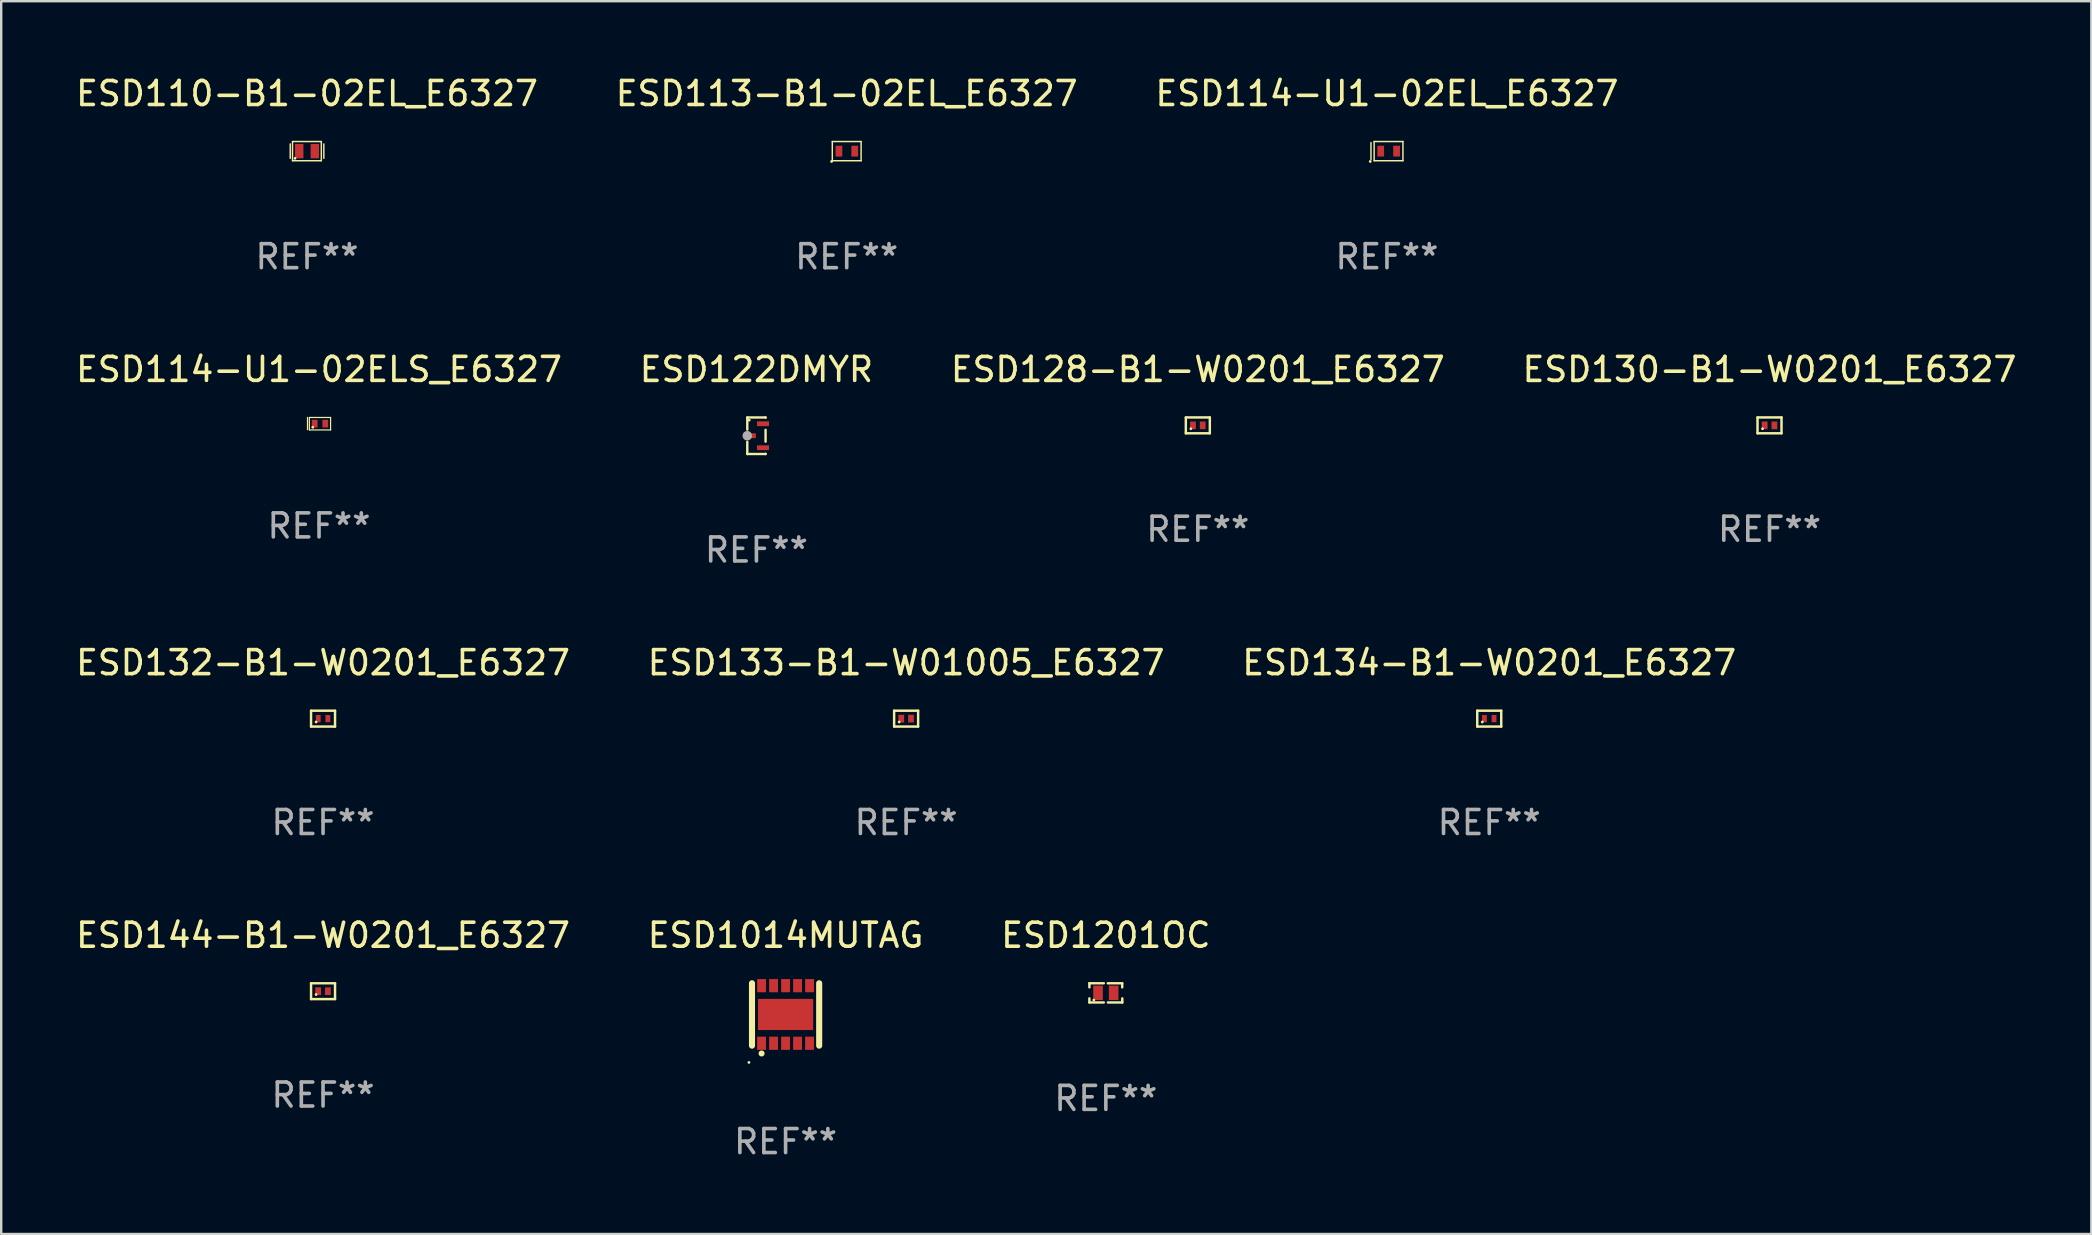
<source format=kicad_pcb>
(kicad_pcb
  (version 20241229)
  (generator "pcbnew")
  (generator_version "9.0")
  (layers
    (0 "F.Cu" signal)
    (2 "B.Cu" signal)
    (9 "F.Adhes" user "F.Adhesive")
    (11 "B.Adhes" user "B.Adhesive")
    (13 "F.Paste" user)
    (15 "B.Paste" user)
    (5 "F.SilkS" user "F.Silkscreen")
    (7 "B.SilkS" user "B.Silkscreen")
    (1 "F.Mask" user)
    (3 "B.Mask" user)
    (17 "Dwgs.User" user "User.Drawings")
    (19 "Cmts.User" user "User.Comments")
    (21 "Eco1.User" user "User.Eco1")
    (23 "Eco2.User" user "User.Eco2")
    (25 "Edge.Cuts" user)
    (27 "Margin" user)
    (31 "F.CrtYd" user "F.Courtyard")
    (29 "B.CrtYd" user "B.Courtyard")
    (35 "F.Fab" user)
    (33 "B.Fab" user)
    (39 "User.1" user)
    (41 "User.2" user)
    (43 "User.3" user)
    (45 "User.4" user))
  (footprint "ESD110-B1-02EL_E6327"
    (layer "F.Cu")
    (at 9.744 3.248)
    (property "Reference" "ESD110-B1-02EL_E6327" (at 0 -2.4 0) (layer "F.SilkS") (effects (font (size 1 1) (thickness 0.15))))
    (attr through_hole)
    (fp_line (start -0.7 -0.3) (end -0.7 0.3) (stroke (width 0.06) (type solid)) (layer "F.SilkS"))
    (fp_line (start -0.605 -0.4) (end 0.595 -0.4) (stroke (width 0.06) (type solid)) (layer "F.SilkS"))
    (fp_line (start -0.605 0.4) (end -0.605 -0.4) (stroke (width 0.06) (type solid)) (layer "F.SilkS"))
    (fp_line (start 0.595 -0.4) (end 0.595 0.4) (stroke (width 0.06) (type solid)) (layer "F.SilkS"))
    (fp_line (start 0.595 0.4) (end -0.605 0.4) (stroke (width 0.06) (type solid)) (layer "F.SilkS"))
    (fp_line (start 0.7 -0.3) (end 0.7 0.3) (stroke (width 0.06) (type solid)) (layer "F.SilkS"))
    (fp_circle (center -0.5 0.3) (end -0.47 0.3) (stroke (width 0.06) (type solid)) (fill no) (layer "F.SilkS"))
    (fp_text user "REF**" (at 0 4.4 0) (layer "F.Fab") (effects (font (size 1 1) (thickness 0.15))))
    (pad "1" smd rect (at -0.325 0) (size 0.35 0.6) (layers "F.Cu" "F.Mask" "F.Paste"))
    (pad "2" smd rect (at 0.325 0) (size 0.35 0.6) (layers "F.Cu" "F.Mask" "F.Paste")))
  (footprint "ESD130-B1-W0201_E6327"
    (layer "F.Cu")
    (at 70.685 14.675)
    (property "Reference" "ESD130-B1-W0201_E6327" (at 0 -2.33 0) (layer "F.SilkS") (effects (font (size 1 1) (thickness 0.15))))
    (attr through_hole)
    (fp_line (start -0.5 -0.33) (end -0.5 0.33) (stroke (width 0.102) (type solid)) (layer "F.SilkS"))
    (fp_line (start -0.5 -0.33) (end 0.5 -0.33) (stroke (width 0.102) (type solid)) (layer "F.SilkS"))
    (fp_line (start -0.5 0.33) (end 0.5 0.33) (stroke (width 0.102) (type solid)) (layer "F.SilkS"))
    (fp_line (start 0.5 -0.33) (end 0.5 0.33) (stroke (width 0.102) (type solid)) (layer "F.SilkS"))
    (fp_circle (center -0.29 0.14) (end -0.26 0.14) (stroke (width 0.06) (type solid)) (fill no) (layer "F.SilkS"))
    (fp_text user "REF**" (at 0 4.33 0) (layer "F.Fab") (effects (font (size 1 1) (thickness 0.15))))
    (pad "1" smd rect (at -0.203 -0.000089) (size 0.24 0.32) (layers "F.Cu" "F.Mask" "F.Paste"))
    (pad "2" smd rect (at 0.203 -0.000089) (size 0.24 0.32) (layers "F.Cu" "F.Mask" "F.Paste")))
  (footprint "ESD132-B1-W0201_E6327"
    (layer "F.Cu")
    (at 10.411 26.895)
    (property "Reference" "ESD132-B1-W0201_E6327" (at 0 -2.33 0) (layer "F.SilkS") (effects (font (size 1 1) (thickness 0.15))))
    (attr through_hole)
    (fp_line (start -0.5 -0.33) (end -0.5 0.33) (stroke (width 0.102) (type solid)) (layer "F.SilkS"))
    (fp_line (start -0.5 -0.33) (end 0.5 -0.33) (stroke (width 0.102) (type solid)) (layer "F.SilkS"))
    (fp_line (start -0.5 0.33) (end 0.5 0.33) (stroke (width 0.102) (type solid)) (layer "F.SilkS"))
    (fp_line (start 0.5 -0.33) (end 0.5 0.33) (stroke (width 0.102) (type solid)) (layer "F.SilkS"))
    (fp_circle (center -0.29 0.14) (end -0.26 0.14) (stroke (width 0.06) (type solid)) (fill no) (layer "F.SilkS"))
    (fp_text user "REF**" (at 0 4.33 0) (layer "F.Fab") (effects (font (size 1 1) (thickness 0.15))))
    (pad "1" smd rect (at -0.2 -0.000089 270) (size 0.3 0.2) (layers "F.Cu" "F.Mask" "F.Paste"))
    (pad "2" smd rect (at 0.2 -0.000089 270) (size 0.3 0.2) (layers "F.Cu" "F.Mask" "F.Paste")))
  (footprint "ESD1201OC"
    (layer "F.Cu")
    (at 43.03 38.322)
    (property "Reference" "ESD1201OC" (at 0 -2.4 0) (layer "F.SilkS") (effects (font (size 1 1) (thickness 0.15))))
    (attr through_hole)
    (fp_line (start -0.685 -0.4) (end -0.685 -0.23) (stroke (width 0.102) (type solid)) (layer "F.SilkS"))
    (fp_line (start -0.685 0.4) (end -0.685 0.23) (stroke (width 0.102) (type solid)) (layer "F.SilkS"))
    (fp_line (start -0.085 -0.4) (end -0.685 -0.4) (stroke (width 0.102) (type solid)) (layer "F.SilkS"))
    (fp_line (start -0.085 0.4) (end -0.685 0.4) (stroke (width 0.102) (type solid)) (layer "F.SilkS"))
    (fp_line (start 0.082 -0.4) (end 0.682 -0.4) (stroke (width 0.102) (type solid)) (layer "F.SilkS"))
    (fp_line (start 0.085 0.4) (end 0.685 0.4) (stroke (width 0.102) (type solid)) (layer "F.SilkS"))
    (fp_line (start 0.682 -0.4) (end 0.682 -0.23) (stroke (width 0.102) (type solid)) (layer "F.SilkS"))
    (fp_line (start 0.685 0.4) (end 0.685 0.23) (stroke (width 0.102) (type solid)) (layer "F.SilkS"))
    (fp_circle (center -0.5 0.3) (end -0.47 0.3) (stroke (width 0.06) (type solid)) (fill no) (layer "F.SilkS"))
    (fp_text user "REF**" (at 0 4.4 0) (layer "F.Fab") (effects (font (size 1 1) (thickness 0.15))))
    (pad "1" smd rect (at -0.325 0) (size 0.4 0.6) (layers "F.Cu" "F.Mask" "F.Paste"))
    (pad "2" smd rect (at 0.325 0) (size 0.4 0.6) (layers "F.Cu" "F.Mask" "F.Paste")))
  (footprint "ESD122DMYR"
    (layer "F.Cu")
    (at 28.47 15.107)
    (property "Reference" "ESD122DMYR" (at 0 -2.762 0) (layer "F.SilkS") (effects (font (size 1 1) (thickness 0.15))))
    (attr through_hole)
    (fp_line (start -0.381 -0.762) (end -0.381 -0.254) (stroke (width 0.1) (type solid)) (layer "F.SilkS"))
    (fp_line (start -0.381 0.254) (end -0.381 0.762) (stroke (width 0.1) (type solid)) (layer "F.SilkS"))
    (fp_line (start -0.381 0.762) (end 0.381 0.762) (stroke (width 0.1) (type solid)) (layer "F.SilkS"))
    (fp_line (start 0.381 -0.762) (end -0.381 -0.762) (stroke (width 0.1) (type solid)) (layer "F.SilkS"))
    (fp_line (start 0.381 -0.754) (end 0.381 -0.762) (stroke (width 0.1) (type solid)) (layer "F.SilkS"))
    (fp_line (start 0.381 0.246) (end 0.381 -0.246) (stroke (width 0.1) (type solid)) (layer "F.SilkS"))
    (fp_line (start 0.381 0.762) (end 0.381 0.754) (stroke (width 0.1) (type solid)) (layer "F.SilkS"))
    (fp_circle (center -0.3 -0.65) (end -0.27 -0.65) (stroke (width 0.06) (type solid)) (fill no) (layer "F.SilkS"))
    (fp_circle (center -0.381 0) (end -0.281 0) (stroke (width 0.2) (type solid)) (fill no) (layer "F.Fab"))
    (fp_text user "REF**" (at 0 4.762 0) (layer "F.Fab") (effects (font (size 1 1) (thickness 0.15))))
    (pad "1" smd rect (at -0.275 0) (size 0.5 0.2) (layers "F.Cu" "F.Mask" "F.Paste"))
    (pad "2" smd rect (at 0.275 0.5) (size 0.5 0.2) (layers "F.Cu" "F.Mask" "F.Paste"))
    (pad "3" smd rect (at 0.275 -0.5) (size 0.5 0.2) (layers "F.Cu" "F.Mask" "F.Paste")))
  (footprint "ESD134-B1-W0201_E6327"
    (layer "F.Cu")
    (at 59.006 26.895)
    (property "Reference" "ESD134-B1-W0201_E6327" (at 0 -2.33 0) (layer "F.SilkS") (effects (font (size 1 1) (thickness 0.15))))
    (attr through_hole)
    (fp_line (start -0.5 -0.33) (end -0.5 0.33) (stroke (width 0.102) (type solid)) (layer "F.SilkS"))
    (fp_line (start -0.5 -0.33) (end 0.5 -0.33) (stroke (width 0.102) (type solid)) (layer "F.SilkS"))
    (fp_line (start -0.5 0.33) (end 0.5 0.33) (stroke (width 0.102) (type solid)) (layer "F.SilkS"))
    (fp_line (start 0.5 -0.33) (end 0.5 0.33) (stroke (width 0.102) (type solid)) (layer "F.SilkS"))
    (fp_circle (center -0.29 0.14) (end -0.26 0.14) (stroke (width 0.06) (type solid)) (fill no) (layer "F.SilkS"))
    (fp_text user "REF**" (at 0 4.33 0) (layer "F.Fab") (effects (font (size 1 1) (thickness 0.15))))
    (pad "1" smd rect (at -0.2 -0.000089 270) (size 0.3 0.2) (layers "F.Cu" "F.Mask" "F.Paste"))
    (pad "2" smd rect (at 0.2 -0.000089 270) (size 0.3 0.2) (layers "F.Cu" "F.Mask" "F.Paste")))
  (footprint "ESD1014MUTAG"
    (layer "F.Cu")
    (at 29.685 39.222)
    (property "Reference" "ESD1014MUTAG" (at 0 -3.3 0) (layer "F.SilkS") (effects (font (size 1 1) (thickness 0.15))))
    (attr through_hole)
    (fp_line (start -1.4 1.3) (end -1.4 -1.3) (stroke (width 0.254) (type solid)) (layer "F.SilkS"))
    (fp_line (start 1.4 1.3) (end 1.4 -1.3) (stroke (width 0.254) (type solid)) (layer "F.SilkS"))
    (fp_arc (start -1.00127 1.625552) (mid -1 1.625546) (end -0.99873 1.625552) (stroke (width 0.24892) (type solid)) (layer "F.SilkS"))
    (fp_circle (center -1.527 1.999) (end -1.497 1.999) (stroke (width 0.06) (type solid)) (fill no) (layer "F.SilkS"))
    (fp_text user "REF**" (at 0 5.3 0) (layer "F.Fab") (effects (font (size 1 1) (thickness 0.15))))
    (pad "1" smd rect (at -1 1.2 180) (size 0.37 0.55) (layers "F.Cu" "F.Mask" "F.Paste"))
    (pad "2" smd rect (at -0.5 1.2 180) (size 0.37 0.55) (layers "F.Cu" "F.Mask" "F.Paste"))
    (pad "3" smd rect (at 0 1.2 180) (size 0.37 0.55) (layers "F.Cu" "F.Mask" "F.Paste"))
    (pad "4" smd rect (at 0.5 1.2 180) (size 0.37 0.55) (layers "F.Cu" "F.Mask" "F.Paste"))
    (pad "5" smd rect (at 1 1.2 180) (size 0.37 0.55) (layers "F.Cu" "F.Mask" "F.Paste"))
    (pad "6" smd rect (at 1 -1.2 180) (size 0.37 0.55) (layers "F.Cu" "F.Mask" "F.Paste"))
    (pad "7" smd rect (at 0.5 -1.2 180) (size 0.37 0.55) (layers "F.Cu" "F.Mask" "F.Paste"))
    (pad "8" smd rect (at 0 -1.2 180) (size 0.37 0.55) (layers "F.Cu" "F.Mask" "F.Paste"))
    (pad "9" smd rect (at -0.5 -1.2 180) (size 0.37 0.55) (layers "F.Cu" "F.Mask" "F.Paste"))
    (pad "10" smd rect (at -1 -1.2 180) (size 0.37 0.55) (layers "F.Cu" "F.Mask" "F.Paste"))
    (pad "11" smd rect (at 0 0 180) (size 2.3 1.3) (layers "F.Cu" "F.Mask" "F.Paste")))
  (footprint "ESD128-B1-W0201_E6327"
    (layer "F.Cu")
    (at 46.863 14.675)
    (property "Reference" "ESD128-B1-W0201_E6327" (at 0 -2.33 0) (layer "F.SilkS") (effects (font (size 1 1) (thickness 0.15))))
    (attr through_hole)
    (fp_line (start -0.5 -0.33) (end -0.5 0.33) (stroke (width 0.102) (type solid)) (layer "F.SilkS"))
    (fp_line (start -0.5 -0.33) (end 0.5 -0.33) (stroke (width 0.102) (type solid)) (layer "F.SilkS"))
    (fp_line (start -0.5 0.33) (end 0.5 0.33) (stroke (width 0.102) (type solid)) (layer "F.SilkS"))
    (fp_line (start 0.5 -0.33) (end 0.5 0.33) (stroke (width 0.102) (type solid)) (layer "F.SilkS"))
    (fp_circle (center -0.29 0.14) (end -0.26 0.14) (stroke (width 0.06) (type solid)) (fill no) (layer "F.SilkS"))
    (fp_text user "REF**" (at 0 4.33 0) (layer "F.Fab") (effects (font (size 1 1) (thickness 0.15))))
    (pad "1" smd rect (at -0.203 -0.000089) (size 0.24 0.32) (layers "F.Cu" "F.Mask" "F.Paste"))
    (pad "2" smd rect (at 0.203 -0.000089) (size 0.24 0.32) (layers "F.Cu" "F.Mask" "F.Paste")))
  (footprint "ESD144-B1-W0201_E6327"
    (layer "F.Cu")
    (at 10.411 38.252)
    (property "Reference" "ESD144-B1-W0201_E6327" (at 0 -2.33 0) (layer "F.SilkS") (effects (font (size 1 1) (thickness 0.15))))
    (attr through_hole)
    (fp_line (start -0.5 -0.33) (end -0.5 0.33) (stroke (width 0.102) (type solid)) (layer "F.SilkS"))
    (fp_line (start -0.5 -0.33) (end 0.5 -0.33) (stroke (width 0.102) (type solid)) (layer "F.SilkS"))
    (fp_line (start -0.5 0.33) (end 0.5 0.33) (stroke (width 0.102) (type solid)) (layer "F.SilkS"))
    (fp_line (start 0.5 -0.33) (end 0.5 0.33) (stroke (width 0.102) (type solid)) (layer "F.SilkS"))
    (fp_circle (center -0.29 0.14) (end -0.26 0.14) (stroke (width 0.06) (type solid)) (fill no) (layer "F.SilkS"))
    (fp_text user "REF**" (at 0 4.33 0) (layer "F.Fab") (effects (font (size 1 1) (thickness 0.15))))
    (pad "1" smd rect (at -0.203 -0.000089) (size 0.24 0.32) (layers "F.Cu" "F.Mask" "F.Paste"))
    (pad "2" smd rect (at 0.203 -0.000089) (size 0.24 0.32) (layers "F.Cu" "F.Mask" "F.Paste")))
  (footprint "ESD133-B1-W01005_E6327"
    (layer "F.Cu")
    (at 34.708 26.895)
    (property "Reference" "ESD133-B1-W01005_E6327" (at 0 -2.33 0) (layer "F.SilkS") (effects (font (size 1 1) (thickness 0.15))))
    (attr through_hole)
    (fp_line (start -0.5 -0.33) (end -0.5 0.33) (stroke (width 0.102) (type solid)) (layer "F.SilkS"))
    (fp_line (start -0.5 -0.33) (end 0.5 -0.33) (stroke (width 0.102) (type solid)) (layer "F.SilkS"))
    (fp_line (start -0.5 0.33) (end 0.5 0.33) (stroke (width 0.102) (type solid)) (layer "F.SilkS"))
    (fp_line (start 0.5 -0.33) (end 0.5 0.33) (stroke (width 0.102) (type solid)) (layer "F.SilkS"))
    (fp_circle (center -0.29 0.14) (end -0.26 0.14) (stroke (width 0.06) (type solid)) (fill no) (layer "F.SilkS"))
    (fp_text user "REF**" (at 0 4.33 0) (layer "F.Fab") (effects (font (size 1 1) (thickness 0.15))))
    (pad "1" smd rect (at -0.203 -0.000089) (size 0.24 0.32) (layers "F.Cu" "F.Mask" "F.Paste"))
    (pad "2" smd rect (at 0.203 -0.000089) (size 0.24 0.32) (layers "F.Cu" "F.Mask" "F.Paste")))
  (footprint "ESD114-U1-02ELS_E6327"
    (layer "F.Cu")
    (at 10.244 14.605)
    (property "Reference" "ESD114-U1-02ELS_E6327" (at 0 -2.261 0) (layer "F.SilkS") (effects (font (size 1 1) (thickness 0.15))))
    (attr through_hole)
    (fp_line (start -0.481 -0.261) (end -0.481 0.247) (stroke (width 0.051) (type solid)) (layer "F.SilkS"))
    (fp_line (start -0.403 -0.26) (end -0.37 -0.26) (stroke (width 0.05) (type solid)) (layer "F.SilkS"))
    (fp_line (start -0.403 0.261) (end -0.403 -0.26) (stroke (width 0.05) (type solid)) (layer "F.SilkS"))
    (fp_line (start -0.37 -0.26) (end 0.481 -0.26) (stroke (width 0.05) (type solid)) (layer "F.SilkS"))
    (fp_line (start 0.481 -0.26) (end 0.481 0.261) (stroke (width 0.05) (type solid)) (layer "F.SilkS"))
    (fp_line (start 0.481 0.261) (end -0.403 0.261) (stroke (width 0.05) (type solid)) (layer "F.SilkS"))
    (fp_circle (center -0.261 0.149) (end -0.231 0.149) (stroke (width 0.06) (type solid)) (fill no) (layer "F.SilkS"))
    (fp_text user "REF**" (at 0 4.261 0) (layer "F.Fab") (effects (font (size 1 1) (thickness 0.15))))
    (pad "1" smd rect (at -0.182 -0.001 90) (size 0.32 0.24) (layers "F.Cu" "F.Mask" "F.Paste"))
    (pad "2" smd rect (at 0.26 -0.001 90) (size 0.32 0.24) (layers "F.Cu" "F.Mask" "F.Paste")))
  (footprint "ESD113-B1-02EL_E6327"
    (layer "F.Cu")
    (at 32.232 3.248)
    (property "Reference" "ESD113-B1-02EL_E6327" (at 0 -2.4 0) (layer "F.SilkS") (effects (font (size 1 1) (thickness 0.15))))
    (attr through_hole)
    (fp_line (start -0.6 -0.4) (end 0.6 -0.4) (stroke (width 0.06) (type solid)) (layer "F.SilkS"))
    (fp_line (start -0.6 0.4) (end -0.6 -0.4) (stroke (width 0.06) (type solid)) (layer "F.SilkS"))
    (fp_line (start 0.6 -0.4) (end 0.6 0.4) (stroke (width 0.06) (type solid)) (layer "F.SilkS"))
    (fp_line (start 0.6 0.4) (end -0.6 0.4) (stroke (width 0.06) (type solid)) (layer "F.SilkS"))
    (fp_circle (center -0.63 0.43) (end -0.6 0.43) (stroke (width 0.06) (type solid)) (fill no) (layer "F.SilkS"))
    (fp_text user "REF**" (at 0 4.4 0) (layer "F.Fab") (effects (font (size 1 1) (thickness 0.15))))
    (pad "1" smd rect (at -0.325 0) (size 0.28 0.45) (layers "F.Cu" "F.Mask" "F.Paste"))
    (pad "2" smd rect (at 0.335 0) (size 0.28 0.45) (layers "F.Cu" "F.Mask" "F.Paste")))
  (footprint "ESD114-U1-02EL_E6327"
    (layer "F.Cu")
    (at 54.744 3.248)
    (property "Reference" "ESD114-U1-02EL_E6327" (at 0 -2.4 0) (layer "F.SilkS") (effects (font (size 1 1) (thickness 0.15))))
    (attr through_hole)
    (fp_line (start -0.666 -0.356) (end -0.666 0.356) (stroke (width 0.06) (type solid)) (layer "F.SilkS"))
    (fp_line (start -0.534 -0.4) (end 0.666 -0.4) (stroke (width 0.06) (type solid)) (layer "F.SilkS"))
    (fp_line (start -0.534 0.4) (end -0.534 -0.4) (stroke (width 0.06) (type solid)) (layer "F.SilkS"))
    (fp_line (start 0.666 -0.4) (end 0.666 0.4) (stroke (width 0.06) (type solid)) (layer "F.SilkS"))
    (fp_line (start 0.666 0.4) (end -0.534 0.4) (stroke (width 0.06) (type solid)) (layer "F.SilkS"))
    (fp_circle (center -0.696 0.43) (end -0.666 0.43) (stroke (width 0.06) (type solid)) (fill no) (layer "F.SilkS"))
    (fp_text user "REF**" (at 0 4.4 0) (layer "F.Fab") (effects (font (size 1 1) (thickness 0.15))))
    (pad "1" smd rect (at -0.259 0) (size 0.28 0.45) (layers "F.Cu" "F.Mask" "F.Paste"))
    (pad "2" smd rect (at 0.401 0) (size 0.28 0.45) (layers "F.Cu" "F.Mask" "F.Paste")))
  (gr_rect
    (start -3 -3)
    (end 84.095 48.37)
    (stroke (width 0.1) (type default))
    (fill no)
    (layer "Edge.Cuts")))
</source>
